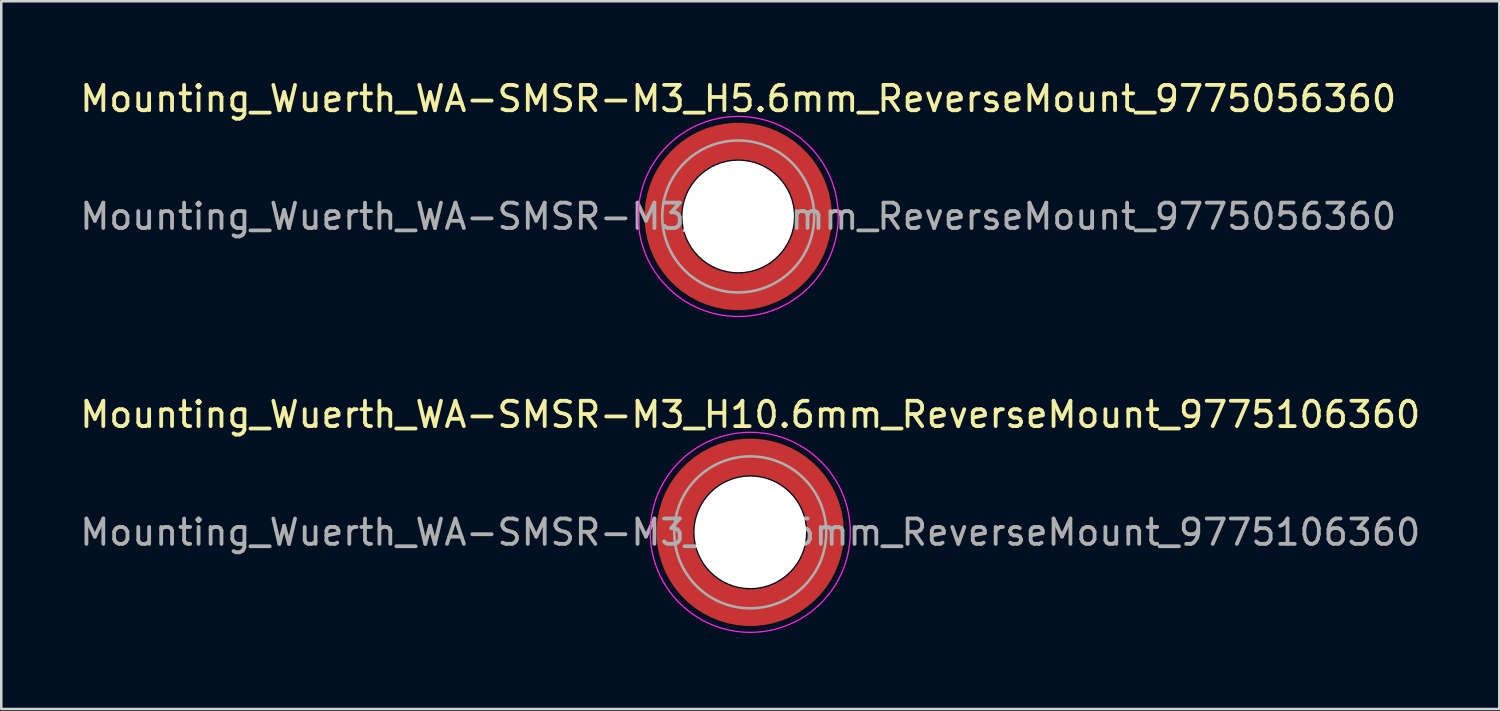
<source format=kicad_pcb>
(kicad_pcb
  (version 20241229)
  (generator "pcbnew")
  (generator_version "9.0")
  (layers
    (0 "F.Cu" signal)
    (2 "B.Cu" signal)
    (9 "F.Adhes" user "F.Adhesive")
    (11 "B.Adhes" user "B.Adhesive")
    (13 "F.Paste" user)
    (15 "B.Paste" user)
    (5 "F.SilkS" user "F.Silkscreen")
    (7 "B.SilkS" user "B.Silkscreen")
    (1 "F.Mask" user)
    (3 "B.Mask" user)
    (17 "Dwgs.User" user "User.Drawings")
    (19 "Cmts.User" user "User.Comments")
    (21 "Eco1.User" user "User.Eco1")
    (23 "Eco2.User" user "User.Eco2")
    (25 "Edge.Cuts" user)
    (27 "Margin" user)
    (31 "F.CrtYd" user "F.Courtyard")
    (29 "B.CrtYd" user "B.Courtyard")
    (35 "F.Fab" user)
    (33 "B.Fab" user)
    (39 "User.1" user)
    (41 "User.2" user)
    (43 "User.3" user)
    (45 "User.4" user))
  (footprint "Mounting_Wuerth_WA-SMSR-M3_H5.6mm_ReverseMount_9775056360"
    (layer "F.Cu")
    (at 26.101 5.498)
    (property "Reference" "Mounting_Wuerth_WA-SMSR-M3_H5.6mm_ReverseMount_9775056360" (at 0 -4.65 0) (layer "F.SilkS") (effects (font (size 1 1) (thickness 0.15))))
    (attr smd allow_soldermask_bridges)
    (fp_circle (center 0 0) (end 3.95 0) (stroke (width 0.05) (type solid)) (fill no) (layer "F.CrtYd"))
    (fp_circle (center 0 0) (end 3 0) (stroke (width 0.1) (type solid)) (fill no) (layer "F.Fab"))
    (fp_text user "${REFERENCE}" (at 0 0 0) (layer "F.Fab") (effects (font (size 1 1) (thickness 0.15))))
    (pad "" smd custom (at -2.095 -2.095) (size 0.672 0.672) (layers "F.Paste") (options (anchor circle)) (primitives (gr_arc (start -0.24231 1.594804) (mid 0.404819 0.404819) (end 1.594804 -0.24231) (width 0.2)) (gr_arc (start -0.3398 1.594804) (mid 0.337349 0.337349) (end 1.594804 -0.3398) (width 0.2)) (gr_arc (start -0.437132 1.594804) (mid 0.269879 0.269879) (end 1.594804 -0.437132) (width 0.2)) (gr_arc (start -0.534324 1.594804) (mid 0.202409 0.202409) (end 1.594804 -0.534324) (width 0.2)) (gr_arc (start -0.631391 1.594804) (mid 0.13494 0.13494) (end 1.594804 -0.631391) (width 0.2)) (gr_arc (start -0.728345 1.594804) (mid 0.06747 0.06747) (end 1.594804 -0.728345) (width 0.2)) (gr_arc (start -0.825197 1.594804) (mid 0 0) (end 1.594804 -0.825197) (width 0.2)) (gr_arc (start -0.921958 1.594804) (mid -0.06747 -0.06747) (end 1.594804 -0.921958) (width 0.2)) (gr_arc (start -1.018637 1.594804) (mid -0.13494 -0.13494) (end 1.594804 -1.018637) (width 0.2)) (gr_arc (start -1.115239 1.594804) (mid -0.202409 -0.202409) (end 1.594804 -1.115239) (width 0.2)) (gr_arc (start -1.211773 1.594804) (mid -0.269879 -0.269879) (end 1.594804 -1.211773) (width 0.2)) (gr_arc (start -1.308244 1.594804) (mid -0.337349 -0.337349) (end 1.594804 -1.308244) (width 0.2)) (gr_arc (start -1.404657 1.594804) (mid -0.404819 -0.404819) (end 1.594804 -1.404657) (width 0.2)) (gr_arc (start -1.404657 1.594804) (mid -0.404819 -0.404819) (end 1.594804 -1.404657) (width 0.2)) (gr_line (start 1.595 -0.242) (end 1.595 -1.405) (width 0.2)) (gr_line (start -0.242 1.595) (end -1.405 1.595) (width 0.2))))
    (pad "" smd custom (at -2.095 2.095) (size 0.672 0.672) (layers "F.Paste") (options (anchor circle)) (primitives (gr_arc (start 1.594804 0.24231) (mid 0.404819 -0.404819) (end -0.24231 -1.594804) (width 0.2)) (gr_arc (start 1.594804 0.3398) (mid 0.337349 -0.337349) (end -0.3398 -1.594804) (width 0.2)) (gr_arc (start 1.594804 0.437132) (mid 0.269879 -0.269879) (end -0.437132 -1.594804) (width 0.2)) (gr_arc (start 1.594804 0.534324) (mid 0.202409 -0.202409) (end -0.534324 -1.594804) (width 0.2)) (gr_arc (start 1.594804 0.631391) (mid 0.13494 -0.13494) (end -0.631391 -1.594804) (width 0.2)) (gr_arc (start 1.594804 0.728345) (mid 0.06747 -0.06747) (end -0.728345 -1.594804) (width 0.2)) (gr_arc (start 1.594804 0.825197) (mid 0 0) (end -0.825197 -1.594804) (width 0.2)) (gr_arc (start 1.594804 0.921958) (mid -0.06747 0.06747) (end -0.921958 -1.594804) (width 0.2)) (gr_arc (start 1.594804 1.018637) (mid -0.13494 0.13494) (end -1.018637 -1.594804) (width 0.2)) (gr_arc (start 1.594804 1.115239) (mid -0.202409 0.202409) (end -1.115239 -1.594804) (width 0.2)) (gr_arc (start 1.594804 1.211773) (mid -0.269879 0.269879) (end -1.211773 -1.594804) (width 0.2)) (gr_arc (start 1.594804 1.308244) (mid -0.337349 0.337349) (end -1.308244 -1.594804) (width 0.2)) (gr_arc (start 1.594804 1.404657) (mid -0.404819 0.404819) (end -1.404657 -1.594804) (width 0.2)) (gr_arc (start 1.594804 1.404657) (mid -0.404819 0.404819) (end -1.404657 -1.594804) (width 0.2)) (gr_line (start -0.242 -1.595) (end -1.405 -1.595) (width 0.2)) (gr_line (start 1.595 0.242) (end 1.595 1.405) (width 0.2))))
    (pad "" np_thru_hole circle (at 0 0) (size 4.4 4.4) (drill 4.4) (layers "*.Cu" "*.Mask"))
    (pad "" smd custom (at 2.095 -2.095) (size 0.672 0.672) (layers "F.Paste") (options (anchor circle)) (primitives (gr_arc (start -1.594804 -0.24231) (mid -0.404819 0.404819) (end 0.24231 1.594804) (width 0.2)) (gr_arc (start -1.594804 -0.3398) (mid -0.337349 0.337349) (end 0.3398 1.594804) (width 0.2)) (gr_arc (start -1.594804 -0.437132) (mid -0.269879 0.269879) (end 0.437132 1.594804) (width 0.2)) (gr_arc (start -1.594804 -0.534324) (mid -0.202409 0.202409) (end 0.534324 1.594804) (width 0.2)) (gr_arc (start -1.594804 -0.631391) (mid -0.13494 0.13494) (end 0.631391 1.594804) (width 0.2)) (gr_arc (start -1.594804 -0.728345) (mid -0.06747 0.06747) (end 0.728345 1.594804) (width 0.2)) (gr_arc (start -1.594804 -0.825197) (mid 0 0) (end 0.825197 1.594804) (width 0.2)) (gr_arc (start -1.594804 -0.921958) (mid 0.06747 -0.06747) (end 0.921958 1.594804) (width 0.2)) (gr_arc (start -1.594804 -1.018637) (mid 0.13494 -0.13494) (end 1.018637 1.594804) (width 0.2)) (gr_arc (start -1.594804 -1.115239) (mid 0.202409 -0.202409) (end 1.115239 1.594804) (width 0.2)) (gr_arc (start -1.594804 -1.211773) (mid 0.269879 -0.269879) (end 1.211773 1.594804) (width 0.2)) (gr_arc (start -1.594804 -1.308244) (mid 0.337349 -0.337349) (end 1.308244 1.594804) (width 0.2)) (gr_arc (start -1.594804 -1.404657) (mid 0.404819 -0.404819) (end 1.404657 1.594804) (width 0.2)) (gr_arc (start -1.594804 -1.404657) (mid 0.404819 -0.404819) (end 1.404657 1.594804) (width 0.2)) (gr_line (start 0.242 1.595) (end 1.405 1.595) (width 0.2)) (gr_line (start -1.595 -0.242) (end -1.595 -1.405) (width 0.2))))
    (pad "" smd custom (at 2.095 2.095) (size 0.672 0.672) (layers "F.Paste") (options (anchor circle)) (primitives (gr_arc (start 0.24231 -1.594804) (mid -0.404819 -0.404819) (end -1.594804 0.24231) (width 0.2)) (gr_arc (start 0.3398 -1.594804) (mid -0.337349 -0.337349) (end -1.594804 0.3398) (width 0.2)) (gr_arc (start 0.437132 -1.594804) (mid -0.269879 -0.269879) (end -1.594804 0.437132) (width 0.2)) (gr_arc (start 0.534324 -1.594804) (mid -0.202409 -0.202409) (end -1.594804 0.534324) (width 0.2)) (gr_arc (start 0.631391 -1.594804) (mid -0.13494 -0.13494) (end -1.594804 0.631391) (width 0.2)) (gr_arc (start 0.728345 -1.594804) (mid -0.06747 -0.06747) (end -1.594804 0.728345) (width 0.2)) (gr_arc (start 0.825197 -1.594804) (mid 0 0) (end -1.594804 0.825197) (width 0.2)) (gr_arc (start 0.921958 -1.594804) (mid 0.06747 0.06747) (end -1.594804 0.921958) (width 0.2)) (gr_arc (start 1.018637 -1.594804) (mid 0.13494 0.13494) (end -1.594804 1.018637) (width 0.2)) (gr_arc (start 1.115239 -1.594804) (mid 0.202409 0.202409) (end -1.594804 1.115239) (width 0.2)) (gr_arc (start 1.211773 -1.594804) (mid 0.269879 0.269879) (end -1.594804 1.211773) (width 0.2)) (gr_arc (start 1.308244 -1.594804) (mid 0.337349 0.337349) (end -1.594804 1.308244) (width 0.2)) (gr_arc (start 1.404657 -1.594804) (mid 0.404819 0.404819) (end -1.594804 1.404657) (width 0.2)) (gr_arc (start 1.404657 -1.594804) (mid 0.404819 0.404819) (end -1.594804 1.404657) (width 0.2)) (gr_line (start -1.595 0.242) (end -1.595 1.405) (width 0.2)) (gr_line (start 0.242 -1.595) (end 1.405 -1.595) (width 0.2))))
    (pad "1" smd circle (at -2.975 0) (size 0.942 0.942) (layers "F.Cu"))
    (pad "1" smd circle (at 0 -2.975) (size 0.942 0.942) (layers "F.Cu"))
    (pad "1" smd circle (at 0 2.975) (size 0.942 0.942) (layers "F.Cu"))
    (pad "1" smd custom (at 2.975 0) (size 1.45 1.45) (layers "F.Cu" "F.Mask") (options (anchor circle)) (primitives (gr_circle (center -2.975 0) (end 0 0) (width 1.45) (fill no)))))
  (footprint "Mounting_Wuerth_WA-SMSR-M3_H10.6mm_ReverseMount_9775106360"
    (layer "F.Cu")
    (at 26.577 17.971)
    (property "Reference" "Mounting_Wuerth_WA-SMSR-M3_H10.6mm_ReverseMount_9775106360" (at 0 -4.65 0) (layer "F.SilkS") (effects (font (size 1 1) (thickness 0.15))))
    (attr smd allow_soldermask_bridges)
    (fp_circle (center 0 0) (end 3.95 0) (stroke (width 0.05) (type solid)) (fill no) (layer "F.CrtYd"))
    (fp_circle (center 0 0) (end 3 0) (stroke (width 0.1) (type solid)) (fill no) (layer "F.Fab"))
    (fp_text user "${REFERENCE}" (at 0 0 0) (layer "F.Fab") (effects (font (size 1 1) (thickness 0.15))))
    (pad "" smd custom (at -2.095 -2.095) (size 0.672 0.672) (layers "F.Paste") (options (anchor circle)) (primitives (gr_arc (start -0.24231 1.594804) (mid 0.404819 0.404819) (end 1.594804 -0.24231) (width 0.2)) (gr_arc (start -0.3398 1.594804) (mid 0.337349 0.337349) (end 1.594804 -0.3398) (width 0.2)) (gr_arc (start -0.437132 1.594804) (mid 0.269879 0.269879) (end 1.594804 -0.437132) (width 0.2)) (gr_arc (start -0.534324 1.594804) (mid 0.202409 0.202409) (end 1.594804 -0.534324) (width 0.2)) (gr_arc (start -0.631391 1.594804) (mid 0.13494 0.13494) (end 1.594804 -0.631391) (width 0.2)) (gr_arc (start -0.728345 1.594804) (mid 0.06747 0.06747) (end 1.594804 -0.728345) (width 0.2)) (gr_arc (start -0.825197 1.594804) (mid 0 0) (end 1.594804 -0.825197) (width 0.2)) (gr_arc (start -0.921958 1.594804) (mid -0.06747 -0.06747) (end 1.594804 -0.921958) (width 0.2)) (gr_arc (start -1.018637 1.594804) (mid -0.13494 -0.13494) (end 1.594804 -1.018637) (width 0.2)) (gr_arc (start -1.115239 1.594804) (mid -0.202409 -0.202409) (end 1.594804 -1.115239) (width 0.2)) (gr_arc (start -1.211773 1.594804) (mid -0.269879 -0.269879) (end 1.594804 -1.211773) (width 0.2)) (gr_arc (start -1.308244 1.594804) (mid -0.337349 -0.337349) (end 1.594804 -1.308244) (width 0.2)) (gr_arc (start -1.404657 1.594804) (mid -0.404819 -0.404819) (end 1.594804 -1.404657) (width 0.2)) (gr_arc (start -1.404657 1.594804) (mid -0.404819 -0.404819) (end 1.594804 -1.404657) (width 0.2)) (gr_line (start 1.595 -0.242) (end 1.595 -1.405) (width 0.2)) (gr_line (start -0.242 1.595) (end -1.405 1.595) (width 0.2))))
    (pad "" smd custom (at -2.095 2.095) (size 0.672 0.672) (layers "F.Paste") (options (anchor circle)) (primitives (gr_arc (start 1.594804 0.24231) (mid 0.404819 -0.404819) (end -0.24231 -1.594804) (width 0.2)) (gr_arc (start 1.594804 0.3398) (mid 0.337349 -0.337349) (end -0.3398 -1.594804) (width 0.2)) (gr_arc (start 1.594804 0.437132) (mid 0.269879 -0.269879) (end -0.437132 -1.594804) (width 0.2)) (gr_arc (start 1.594804 0.534324) (mid 0.202409 -0.202409) (end -0.534324 -1.594804) (width 0.2)) (gr_arc (start 1.594804 0.631391) (mid 0.13494 -0.13494) (end -0.631391 -1.594804) (width 0.2)) (gr_arc (start 1.594804 0.728345) (mid 0.06747 -0.06747) (end -0.728345 -1.594804) (width 0.2)) (gr_arc (start 1.594804 0.825197) (mid 0 0) (end -0.825197 -1.594804) (width 0.2)) (gr_arc (start 1.594804 0.921958) (mid -0.06747 0.06747) (end -0.921958 -1.594804) (width 0.2)) (gr_arc (start 1.594804 1.018637) (mid -0.13494 0.13494) (end -1.018637 -1.594804) (width 0.2)) (gr_arc (start 1.594804 1.115239) (mid -0.202409 0.202409) (end -1.115239 -1.594804) (width 0.2)) (gr_arc (start 1.594804 1.211773) (mid -0.269879 0.269879) (end -1.211773 -1.594804) (width 0.2)) (gr_arc (start 1.594804 1.308244) (mid -0.337349 0.337349) (end -1.308244 -1.594804) (width 0.2)) (gr_arc (start 1.594804 1.404657) (mid -0.404819 0.404819) (end -1.404657 -1.594804) (width 0.2)) (gr_arc (start 1.594804 1.404657) (mid -0.404819 0.404819) (end -1.404657 -1.594804) (width 0.2)) (gr_line (start -0.242 -1.595) (end -1.405 -1.595) (width 0.2)) (gr_line (start 1.595 0.242) (end 1.595 1.405) (width 0.2))))
    (pad "" np_thru_hole circle (at 0 0) (size 4.4 4.4) (drill 4.4) (layers "*.Cu" "*.Mask"))
    (pad "" smd custom (at 2.095 -2.095) (size 0.672 0.672) (layers "F.Paste") (options (anchor circle)) (primitives (gr_arc (start -1.594804 -0.24231) (mid -0.404819 0.404819) (end 0.24231 1.594804) (width 0.2)) (gr_arc (start -1.594804 -0.3398) (mid -0.337349 0.337349) (end 0.3398 1.594804) (width 0.2)) (gr_arc (start -1.594804 -0.437132) (mid -0.269879 0.269879) (end 0.437132 1.594804) (width 0.2)) (gr_arc (start -1.594804 -0.534324) (mid -0.202409 0.202409) (end 0.534324 1.594804) (width 0.2)) (gr_arc (start -1.594804 -0.631391) (mid -0.13494 0.13494) (end 0.631391 1.594804) (width 0.2)) (gr_arc (start -1.594804 -0.728345) (mid -0.06747 0.06747) (end 0.728345 1.594804) (width 0.2)) (gr_arc (start -1.594804 -0.825197) (mid 0 0) (end 0.825197 1.594804) (width 0.2)) (gr_arc (start -1.594804 -0.921958) (mid 0.06747 -0.06747) (end 0.921958 1.594804) (width 0.2)) (gr_arc (start -1.594804 -1.018637) (mid 0.13494 -0.13494) (end 1.018637 1.594804) (width 0.2)) (gr_arc (start -1.594804 -1.115239) (mid 0.202409 -0.202409) (end 1.115239 1.594804) (width 0.2)) (gr_arc (start -1.594804 -1.211773) (mid 0.269879 -0.269879) (end 1.211773 1.594804) (width 0.2)) (gr_arc (start -1.594804 -1.308244) (mid 0.337349 -0.337349) (end 1.308244 1.594804) (width 0.2)) (gr_arc (start -1.594804 -1.404657) (mid 0.404819 -0.404819) (end 1.404657 1.594804) (width 0.2)) (gr_arc (start -1.594804 -1.404657) (mid 0.404819 -0.404819) (end 1.404657 1.594804) (width 0.2)) (gr_line (start 0.242 1.595) (end 1.405 1.595) (width 0.2)) (gr_line (start -1.595 -0.242) (end -1.595 -1.405) (width 0.2))))
    (pad "" smd custom (at 2.095 2.095) (size 0.672 0.672) (layers "F.Paste") (options (anchor circle)) (primitives (gr_arc (start 0.24231 -1.594804) (mid -0.404819 -0.404819) (end -1.594804 0.24231) (width 0.2)) (gr_arc (start 0.3398 -1.594804) (mid -0.337349 -0.337349) (end -1.594804 0.3398) (width 0.2)) (gr_arc (start 0.437132 -1.594804) (mid -0.269879 -0.269879) (end -1.594804 0.437132) (width 0.2)) (gr_arc (start 0.534324 -1.594804) (mid -0.202409 -0.202409) (end -1.594804 0.534324) (width 0.2)) (gr_arc (start 0.631391 -1.594804) (mid -0.13494 -0.13494) (end -1.594804 0.631391) (width 0.2)) (gr_arc (start 0.728345 -1.594804) (mid -0.06747 -0.06747) (end -1.594804 0.728345) (width 0.2)) (gr_arc (start 0.825197 -1.594804) (mid 0 0) (end -1.594804 0.825197) (width 0.2)) (gr_arc (start 0.921958 -1.594804) (mid 0.06747 0.06747) (end -1.594804 0.921958) (width 0.2)) (gr_arc (start 1.018637 -1.594804) (mid 0.13494 0.13494) (end -1.594804 1.018637) (width 0.2)) (gr_arc (start 1.115239 -1.594804) (mid 0.202409 0.202409) (end -1.594804 1.115239) (width 0.2)) (gr_arc (start 1.211773 -1.594804) (mid 0.269879 0.269879) (end -1.594804 1.211773) (width 0.2)) (gr_arc (start 1.308244 -1.594804) (mid 0.337349 0.337349) (end -1.594804 1.308244) (width 0.2)) (gr_arc (start 1.404657 -1.594804) (mid 0.404819 0.404819) (end -1.594804 1.404657) (width 0.2)) (gr_arc (start 1.404657 -1.594804) (mid 0.404819 0.404819) (end -1.594804 1.404657) (width 0.2)) (gr_line (start -1.595 0.242) (end -1.595 1.405) (width 0.2)) (gr_line (start 0.242 -1.595) (end 1.405 -1.595) (width 0.2))))
    (pad "1" smd circle (at -2.975 0) (size 0.942 0.942) (layers "F.Cu"))
    (pad "1" smd circle (at 0 -2.975) (size 0.942 0.942) (layers "F.Cu"))
    (pad "1" smd circle (at 0 2.975) (size 0.942 0.942) (layers "F.Cu"))
    (pad "1" smd custom (at 2.975 0) (size 1.45 1.45) (layers "F.Cu" "F.Mask") (options (anchor circle)) (primitives (gr_circle (center -2.975 0) (end 0 0) (width 1.45) (fill no)))))
  (gr_rect
    (start -3 -3)
    (end 56.155 24.947)
    (stroke (width 0.1) (type default))
    (fill no)
    (layer "Edge.Cuts")))
</source>
